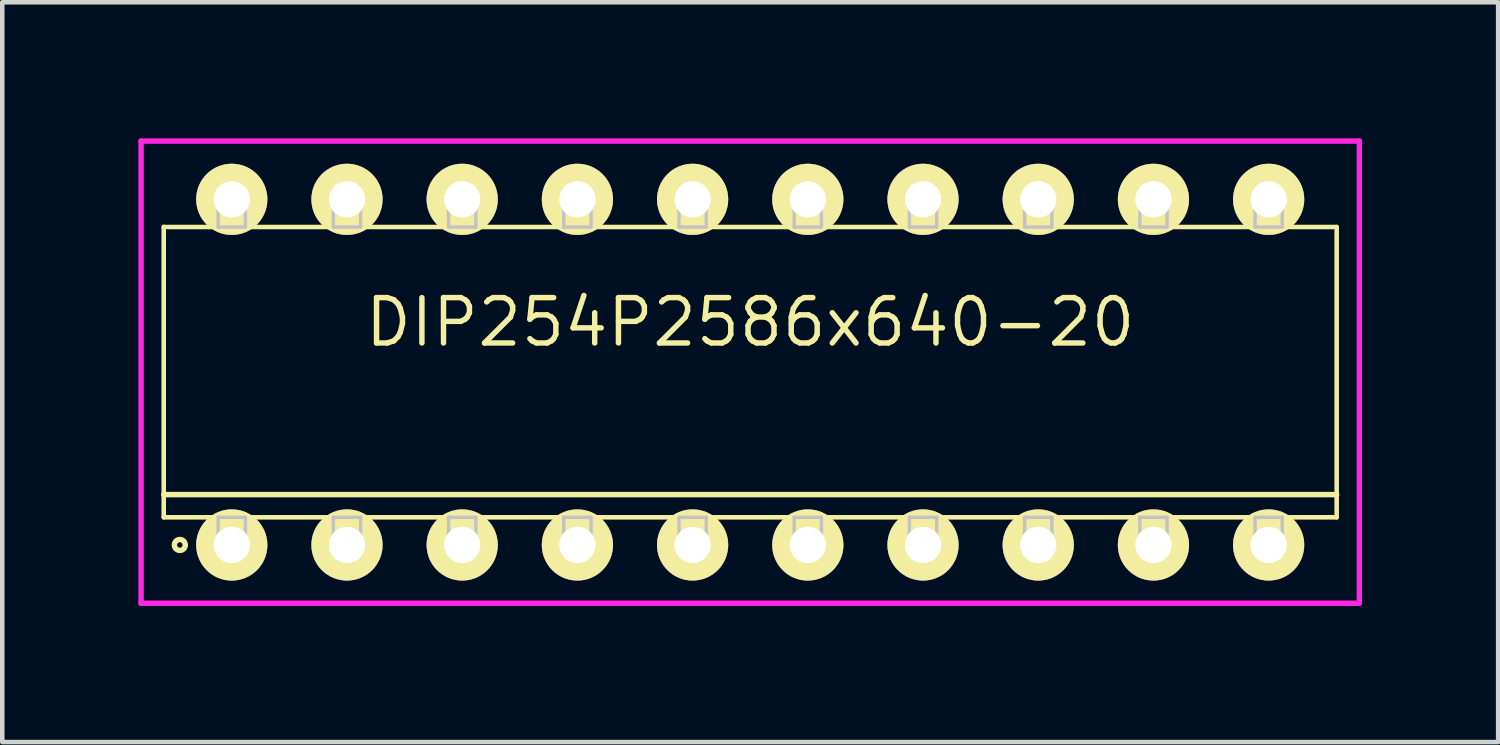
<source format=kicad_pcb>
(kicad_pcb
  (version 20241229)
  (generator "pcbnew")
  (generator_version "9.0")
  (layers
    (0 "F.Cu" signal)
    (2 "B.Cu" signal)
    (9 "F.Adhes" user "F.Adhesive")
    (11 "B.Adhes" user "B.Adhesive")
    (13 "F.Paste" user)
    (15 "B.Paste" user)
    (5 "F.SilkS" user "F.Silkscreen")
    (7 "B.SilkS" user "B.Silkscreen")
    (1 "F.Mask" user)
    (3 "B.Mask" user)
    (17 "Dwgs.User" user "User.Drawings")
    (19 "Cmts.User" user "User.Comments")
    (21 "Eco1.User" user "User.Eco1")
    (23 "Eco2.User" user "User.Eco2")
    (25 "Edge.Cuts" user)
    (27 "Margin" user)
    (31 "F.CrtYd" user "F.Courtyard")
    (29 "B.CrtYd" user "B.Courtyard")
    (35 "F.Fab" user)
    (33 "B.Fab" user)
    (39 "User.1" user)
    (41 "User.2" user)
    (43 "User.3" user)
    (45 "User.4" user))
  (footprint "DIP254P2586x640-20"
    (layer "F.Cu")
    (at 13.49 5.155)
    (property "Reference" "DIP254P2586x640-20" (at 0 -1.1 0) (layer "F.SilkS") (effects (font (size 1 1) (thickness 0.12))))
    (attr through_hole)
    (fp_line (start -12.93 -3.2) (end -12.93 3.2) (stroke (width 0.1) (type solid)) (layer "F.SilkS"))
    (fp_line (start -12.93 2.7) (end 12.93 2.7) (stroke (width 0.12) (type solid)) (layer "F.SilkS"))
    (fp_line (start -12.93 3.2) (end 12.93 3.2) (stroke (width 0.1) (type solid)) (layer "F.SilkS"))
    (fp_line (start 12.93 -3.2) (end -12.93 -3.2) (stroke (width 0.1) (type solid)) (layer "F.SilkS"))
    (fp_line (start 12.93 3.2) (end 12.93 -3.2) (stroke (width 0.1) (type solid)) (layer "F.SilkS"))
    (fp_circle (center -12.575 3.81) (end -12.455 3.81) (stroke (width 0.12) (type solid)) (fill no) (layer "F.SilkS"))
    (fp_line (start -11.73 -3.81) (end -11.73 -3.2) (stroke (width 0.075) (type solid)) (layer "Dwgs.User"))
    (fp_line (start -11.73 -3.2) (end -11.13 -3.2) (stroke (width 0.075) (type solid)) (layer "Dwgs.User"))
    (fp_line (start -11.73 3.2) (end -11.13 3.2) (stroke (width 0.075) (type solid)) (layer "Dwgs.User"))
    (fp_line (start -11.73 3.81) (end -11.73 3.2) (stroke (width 0.075) (type solid)) (layer "Dwgs.User"))
    (fp_line (start -11.13 -3.81) (end -11.73 -3.81) (stroke (width 0.075) (type solid)) (layer "Dwgs.User"))
    (fp_line (start -11.13 -3.2) (end -11.13 -3.81) (stroke (width 0.075) (type solid)) (layer "Dwgs.User"))
    (fp_line (start -11.13 3.2) (end -11.13 3.81) (stroke (width 0.075) (type solid)) (layer "Dwgs.User"))
    (fp_line (start -11.13 3.81) (end -11.73 3.81) (stroke (width 0.075) (type solid)) (layer "Dwgs.User"))
    (fp_line (start -9.19 -3.81) (end -9.19 -3.2) (stroke (width 0.075) (type solid)) (layer "Dwgs.User"))
    (fp_line (start -9.19 -3.2) (end -8.59 -3.2) (stroke (width 0.075) (type solid)) (layer "Dwgs.User"))
    (fp_line (start -9.19 3.2) (end -8.59 3.2) (stroke (width 0.075) (type solid)) (layer "Dwgs.User"))
    (fp_line (start -9.19 3.81) (end -9.19 3.2) (stroke (width 0.075) (type solid)) (layer "Dwgs.User"))
    (fp_line (start -8.59 -3.81) (end -9.19 -3.81) (stroke (width 0.075) (type solid)) (layer "Dwgs.User"))
    (fp_line (start -8.59 -3.2) (end -8.59 -3.81) (stroke (width 0.075) (type solid)) (layer "Dwgs.User"))
    (fp_line (start -8.59 3.2) (end -8.59 3.81) (stroke (width 0.075) (type solid)) (layer "Dwgs.User"))
    (fp_line (start -8.59 3.81) (end -9.19 3.81) (stroke (width 0.075) (type solid)) (layer "Dwgs.User"))
    (fp_line (start -6.65 -3.81) (end -6.65 -3.2) (stroke (width 0.075) (type solid)) (layer "Dwgs.User"))
    (fp_line (start -6.65 -3.2) (end -6.05 -3.2) (stroke (width 0.075) (type solid)) (layer "Dwgs.User"))
    (fp_line (start -6.65 3.2) (end -6.05 3.2) (stroke (width 0.075) (type solid)) (layer "Dwgs.User"))
    (fp_line (start -6.65 3.81) (end -6.65 3.2) (stroke (width 0.075) (type solid)) (layer "Dwgs.User"))
    (fp_line (start -6.05 -3.81) (end -6.65 -3.81) (stroke (width 0.075) (type solid)) (layer "Dwgs.User"))
    (fp_line (start -6.05 -3.2) (end -6.05 -3.81) (stroke (width 0.075) (type solid)) (layer "Dwgs.User"))
    (fp_line (start -6.05 3.2) (end -6.05 3.81) (stroke (width 0.075) (type solid)) (layer "Dwgs.User"))
    (fp_line (start -6.05 3.81) (end -6.65 3.81) (stroke (width 0.075) (type solid)) (layer "Dwgs.User"))
    (fp_line (start -4.11 -3.81) (end -4.11 -3.2) (stroke (width 0.075) (type solid)) (layer "Dwgs.User"))
    (fp_line (start -4.11 -3.2) (end -3.51 -3.2) (stroke (width 0.075) (type solid)) (layer "Dwgs.User"))
    (fp_line (start -4.11 3.2) (end -3.51 3.2) (stroke (width 0.075) (type solid)) (layer "Dwgs.User"))
    (fp_line (start -4.11 3.81) (end -4.11 3.2) (stroke (width 0.075) (type solid)) (layer "Dwgs.User"))
    (fp_line (start -3.51 -3.81) (end -4.11 -3.81) (stroke (width 0.075) (type solid)) (layer "Dwgs.User"))
    (fp_line (start -3.51 -3.2) (end -3.51 -3.81) (stroke (width 0.075) (type solid)) (layer "Dwgs.User"))
    (fp_line (start -3.51 3.2) (end -3.51 3.81) (stroke (width 0.075) (type solid)) (layer "Dwgs.User"))
    (fp_line (start -3.51 3.81) (end -4.11 3.81) (stroke (width 0.075) (type solid)) (layer "Dwgs.User"))
    (fp_line (start -1.57 -3.81) (end -1.57 -3.2) (stroke (width 0.075) (type solid)) (layer "Dwgs.User"))
    (fp_line (start -1.57 -3.2) (end -0.97 -3.2) (stroke (width 0.075) (type solid)) (layer "Dwgs.User"))
    (fp_line (start -1.57 3.2) (end -0.97 3.2) (stroke (width 0.075) (type solid)) (layer "Dwgs.User"))
    (fp_line (start -1.57 3.81) (end -1.57 3.2) (stroke (width 0.075) (type solid)) (layer "Dwgs.User"))
    (fp_line (start -0.97 -3.81) (end -1.57 -3.81) (stroke (width 0.075) (type solid)) (layer "Dwgs.User"))
    (fp_line (start -0.97 -3.2) (end -0.97 -3.81) (stroke (width 0.075) (type solid)) (layer "Dwgs.User"))
    (fp_line (start -0.97 3.2) (end -0.97 3.81) (stroke (width 0.075) (type solid)) (layer "Dwgs.User"))
    (fp_line (start -0.97 3.81) (end -1.57 3.81) (stroke (width 0.075) (type solid)) (layer "Dwgs.User"))
    (fp_line (start 0.97 -3.81) (end 0.97 -3.2) (stroke (width 0.075) (type solid)) (layer "Dwgs.User"))
    (fp_line (start 0.97 -3.2) (end 1.57 -3.2) (stroke (width 0.075) (type solid)) (layer "Dwgs.User"))
    (fp_line (start 0.97 3.2) (end 1.57 3.2) (stroke (width 0.075) (type solid)) (layer "Dwgs.User"))
    (fp_line (start 0.97 3.81) (end 0.97 3.2) (stroke (width 0.075) (type solid)) (layer "Dwgs.User"))
    (fp_line (start 1.57 -3.81) (end 0.97 -3.81) (stroke (width 0.075) (type solid)) (layer "Dwgs.User"))
    (fp_line (start 1.57 -3.2) (end 1.57 -3.81) (stroke (width 0.075) (type solid)) (layer "Dwgs.User"))
    (fp_line (start 1.57 3.2) (end 1.57 3.81) (stroke (width 0.075) (type solid)) (layer "Dwgs.User"))
    (fp_line (start 1.57 3.81) (end 0.97 3.81) (stroke (width 0.075) (type solid)) (layer "Dwgs.User"))
    (fp_line (start 3.51 -3.81) (end 3.51 -3.2) (stroke (width 0.075) (type solid)) (layer "Dwgs.User"))
    (fp_line (start 3.51 -3.2) (end 4.11 -3.2) (stroke (width 0.075) (type solid)) (layer "Dwgs.User"))
    (fp_line (start 3.51 3.2) (end 4.11 3.2) (stroke (width 0.075) (type solid)) (layer "Dwgs.User"))
    (fp_line (start 3.51 3.81) (end 3.51 3.2) (stroke (width 0.075) (type solid)) (layer "Dwgs.User"))
    (fp_line (start 4.11 -3.81) (end 3.51 -3.81) (stroke (width 0.075) (type solid)) (layer "Dwgs.User"))
    (fp_line (start 4.11 -3.2) (end 4.11 -3.81) (stroke (width 0.075) (type solid)) (layer "Dwgs.User"))
    (fp_line (start 4.11 3.2) (end 4.11 3.81) (stroke (width 0.075) (type solid)) (layer "Dwgs.User"))
    (fp_line (start 4.11 3.81) (end 3.51 3.81) (stroke (width 0.075) (type solid)) (layer "Dwgs.User"))
    (fp_line (start 6.05 -3.81) (end 6.05 -3.2) (stroke (width 0.075) (type solid)) (layer "Dwgs.User"))
    (fp_line (start 6.05 -3.2) (end 6.65 -3.2) (stroke (width 0.075) (type solid)) (layer "Dwgs.User"))
    (fp_line (start 6.05 3.2) (end 6.65 3.2) (stroke (width 0.075) (type solid)) (layer "Dwgs.User"))
    (fp_line (start 6.05 3.81) (end 6.05 3.2) (stroke (width 0.075) (type solid)) (layer "Dwgs.User"))
    (fp_line (start 6.65 -3.81) (end 6.05 -3.81) (stroke (width 0.075) (type solid)) (layer "Dwgs.User"))
    (fp_line (start 6.65 -3.2) (end 6.65 -3.81) (stroke (width 0.075) (type solid)) (layer "Dwgs.User"))
    (fp_line (start 6.65 3.2) (end 6.65 3.81) (stroke (width 0.075) (type solid)) (layer "Dwgs.User"))
    (fp_line (start 6.65 3.81) (end 6.05 3.81) (stroke (width 0.075) (type solid)) (layer "Dwgs.User"))
    (fp_line (start 8.59 -3.81) (end 8.59 -3.2) (stroke (width 0.075) (type solid)) (layer "Dwgs.User"))
    (fp_line (start 8.59 -3.2) (end 9.19 -3.2) (stroke (width 0.075) (type solid)) (layer "Dwgs.User"))
    (fp_line (start 8.59 3.2) (end 9.19 3.2) (stroke (width 0.075) (type solid)) (layer "Dwgs.User"))
    (fp_line (start 8.59 3.81) (end 8.59 3.2) (stroke (width 0.075) (type solid)) (layer "Dwgs.User"))
    (fp_line (start 9.19 -3.81) (end 8.59 -3.81) (stroke (width 0.075) (type solid)) (layer "Dwgs.User"))
    (fp_line (start 9.19 -3.2) (end 9.19 -3.81) (stroke (width 0.075) (type solid)) (layer "Dwgs.User"))
    (fp_line (start 9.19 3.2) (end 9.19 3.81) (stroke (width 0.075) (type solid)) (layer "Dwgs.User"))
    (fp_line (start 9.19 3.81) (end 8.59 3.81) (stroke (width 0.075) (type solid)) (layer "Dwgs.User"))
    (fp_line (start 11.13 -3.81) (end 11.13 -3.2) (stroke (width 0.075) (type solid)) (layer "Dwgs.User"))
    (fp_line (start 11.13 -3.2) (end 11.73 -3.2) (stroke (width 0.075) (type solid)) (layer "Dwgs.User"))
    (fp_line (start 11.13 3.2) (end 11.73 3.2) (stroke (width 0.075) (type solid)) (layer "Dwgs.User"))
    (fp_line (start 11.13 3.81) (end 11.13 3.2) (stroke (width 0.075) (type solid)) (layer "Dwgs.User"))
    (fp_line (start 11.73 -3.81) (end 11.13 -3.81) (stroke (width 0.075) (type solid)) (layer "Dwgs.User"))
    (fp_line (start 11.73 -3.2) (end 11.73 -3.81) (stroke (width 0.075) (type solid)) (layer "Dwgs.User"))
    (fp_line (start 11.73 3.2) (end 11.73 3.81) (stroke (width 0.075) (type solid)) (layer "Dwgs.User"))
    (fp_line (start 11.73 3.81) (end 11.13 3.81) (stroke (width 0.075) (type solid)) (layer "Dwgs.User"))
    (fp_line (start -0.75 0) (end 0.75 0) (stroke (width 0.12) (type solid)) (layer "Eco1.User"))
    (fp_line (start 0 -0.75) (end 0 0.75) (stroke (width 0.12) (type solid)) (layer "Eco1.User"))
    (fp_circle (center 0 0) (end 0.5 0) (stroke (width 0.12) (type solid)) (fill no) (layer "Eco1.User"))
    (fp_line (start -13.43 -5.095) (end -13.43 5.095) (stroke (width 0.12) (type solid)) (layer "F.CrtYd"))
    (fp_line (start -13.43 5.095) (end 13.43 5.095) (stroke (width 0.12) (type solid)) (layer "F.CrtYd"))
    (fp_line (start 13.43 -5.095) (end -13.43 -5.095) (stroke (width 0.12) (type solid)) (layer "F.CrtYd"))
    (fp_line (start 13.43 5.095) (end 13.43 -5.095) (stroke (width 0.12) (type solid)) (layer "F.CrtYd"))
    (pad "1" thru_hole oval (at -11.43 3.81) (size 1.57 1.57) (drill 0.8) (layers "*.Cu" "*.Mask" "F.SilkS"))
    (pad "2" thru_hole oval (at -8.89 3.81) (size 1.57 1.57) (drill 0.8) (layers "*.Cu" "*.Mask" "F.SilkS"))
    (pad "3" thru_hole oval (at -6.35 3.81) (size 1.57 1.57) (drill 0.8) (layers "*.Cu" "*.Mask" "F.SilkS"))
    (pad "4" thru_hole oval (at -3.81 3.81) (size 1.57 1.57) (drill 0.8) (layers "*.Cu" "*.Mask" "F.SilkS"))
    (pad "5" thru_hole oval (at -1.27 3.81) (size 1.57 1.57) (drill 0.8) (layers "*.Cu" "*.Mask" "F.SilkS"))
    (pad "6" thru_hole oval (at 1.27 3.81) (size 1.57 1.57) (drill 0.8) (layers "*.Cu" "*.Mask" "F.SilkS"))
    (pad "7" thru_hole oval (at 3.81 3.81) (size 1.57 1.57) (drill 0.8) (layers "*.Cu" "*.Mask" "F.SilkS"))
    (pad "8" thru_hole oval (at 6.35 3.81) (size 1.57 1.57) (drill 0.8) (layers "*.Cu" "*.Mask" "F.SilkS"))
    (pad "9" thru_hole oval (at 8.89 3.81) (size 1.57 1.57) (drill 0.8) (layers "*.Cu" "*.Mask" "F.SilkS"))
    (pad "10" thru_hole oval (at 11.43 3.81) (size 1.57 1.57) (drill 0.8) (layers "*.Cu" "*.Mask" "F.SilkS"))
    (pad "11" thru_hole oval (at 11.43 -3.81) (size 1.57 1.57) (drill 0.8) (layers "*.Cu" "*.Mask" "F.SilkS"))
    (pad "12" thru_hole oval (at 8.89 -3.81) (size 1.57 1.57) (drill 0.8) (layers "*.Cu" "*.Mask" "F.SilkS"))
    (pad "13" thru_hole oval (at 6.35 -3.81) (size 1.57 1.57) (drill 0.8) (layers "*.Cu" "*.Mask" "F.SilkS"))
    (pad "14" thru_hole oval (at 3.81 -3.81) (size 1.57 1.57) (drill 0.8) (layers "*.Cu" "*.Mask" "F.SilkS"))
    (pad "15" thru_hole oval (at 1.27 -3.81) (size 1.57 1.57) (drill 0.8) (layers "*.Cu" "*.Mask" "F.SilkS"))
    (pad "16" thru_hole oval (at -1.27 -3.81) (size 1.57 1.57) (drill 0.8) (layers "*.Cu" "*.Mask" "F.SilkS"))
    (pad "17" thru_hole oval (at -3.81 -3.81) (size 1.57 1.57) (drill 0.8) (layers "*.Cu" "*.Mask" "F.SilkS"))
    (pad "18" thru_hole oval (at -6.35 -3.81) (size 1.57 1.57) (drill 0.8) (layers "*.Cu" "*.Mask" "F.SilkS"))
    (pad "19" thru_hole oval (at -8.89 -3.81) (size 1.57 1.57) (drill 0.8) (layers "*.Cu" "*.Mask" "F.SilkS"))
    (pad "20" thru_hole oval (at -11.43 -3.81) (size 1.57 1.57) (drill 0.8) (layers "*.Cu" "*.Mask" "F.SilkS")))
  (gr_rect
    (start -3 -3)
    (end 29.98 13.31)
    (stroke (width 0.1) (type default))
    (fill no)
    (layer "Edge.Cuts")))
</source>
